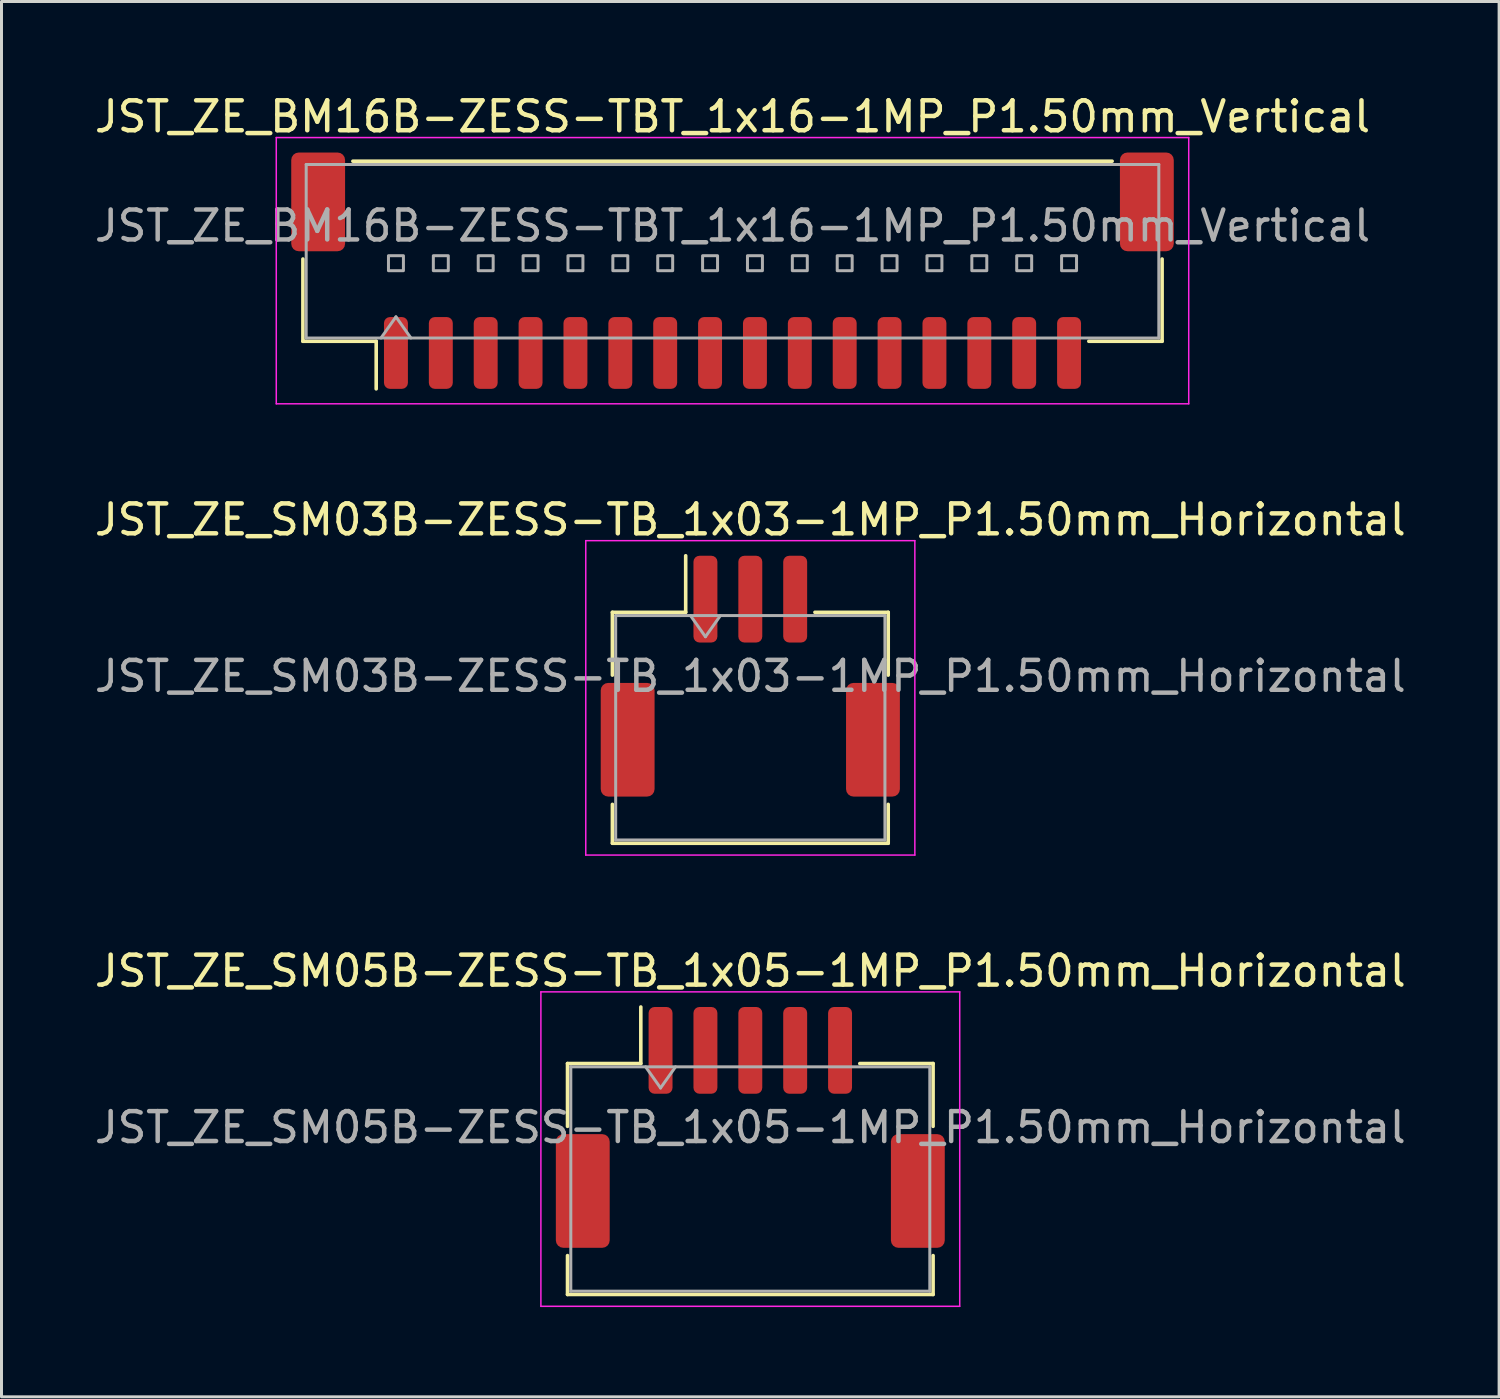
<source format=kicad_pcb>
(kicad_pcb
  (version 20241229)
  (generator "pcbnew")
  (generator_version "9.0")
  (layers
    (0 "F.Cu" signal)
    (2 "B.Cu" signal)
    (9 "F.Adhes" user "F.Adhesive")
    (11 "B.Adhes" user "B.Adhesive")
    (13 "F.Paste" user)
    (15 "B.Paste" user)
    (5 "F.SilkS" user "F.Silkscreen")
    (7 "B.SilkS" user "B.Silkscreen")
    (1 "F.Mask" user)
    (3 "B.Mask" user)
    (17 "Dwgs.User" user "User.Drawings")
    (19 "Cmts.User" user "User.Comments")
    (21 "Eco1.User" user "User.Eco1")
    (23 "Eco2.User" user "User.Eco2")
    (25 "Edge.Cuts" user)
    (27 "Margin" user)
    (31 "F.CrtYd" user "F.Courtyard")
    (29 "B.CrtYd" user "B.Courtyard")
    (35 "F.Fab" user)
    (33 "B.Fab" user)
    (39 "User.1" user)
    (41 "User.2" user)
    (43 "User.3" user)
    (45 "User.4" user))
  (footprint "JST_ZE_SM05B-ZESS-TB_1x05-1MP_P1.50mm_Horizontal"
    (layer "F.Cu")
    (at 22.03 34.635)
    (property "Reference" "JST_ZE_SM05B-ZESS-TB_1x05-1MP_P1.50mm_Horizontal" (at 0 -5.23 0) (layer "F.SilkS") (effects (font (size 1 1) (thickness 0.15))))
    (attr smd)
    (fp_line (start -6.11 -2.135) (end -3.66 -2.135) (stroke (width 0.12) (type solid)) (layer "F.SilkS"))
    (fp_line (start -6.11 -0.035) (end -6.11 -2.135) (stroke (width 0.12) (type solid)) (layer "F.SilkS"))
    (fp_line (start -6.11 4.285) (end -6.11 5.585) (stroke (width 0.12) (type solid)) (layer "F.SilkS"))
    (fp_line (start -6.11 5.585) (end 6.11 5.585) (stroke (width 0.12) (type solid)) (layer "F.SilkS"))
    (fp_line (start -3.66 -2.135) (end -3.66 -4.025) (stroke (width 0.12) (type solid)) (layer "F.SilkS"))
    (fp_line (start 6.11 -2.135) (end 3.66 -2.135) (stroke (width 0.12) (type solid)) (layer "F.SilkS"))
    (fp_line (start 6.11 -0.035) (end 6.11 -2.135) (stroke (width 0.12) (type solid)) (layer "F.SilkS"))
    (fp_line (start 6.11 5.585) (end 6.11 4.285) (stroke (width 0.12) (type solid)) (layer "F.SilkS"))
    (fp_line (start -7 -4.53) (end -7 5.98) (stroke (width 0.05) (type solid)) (layer "F.CrtYd"))
    (fp_line (start -7 5.98) (end 7 5.98) (stroke (width 0.05) (type solid)) (layer "F.CrtYd"))
    (fp_line (start 7 -4.53) (end -7 -4.53) (stroke (width 0.05) (type solid)) (layer "F.CrtYd"))
    (fp_line (start 7 5.98) (end 7 -4.53) (stroke (width 0.05) (type solid)) (layer "F.CrtYd"))
    (fp_line (start -6 -2.025) (end -6 5.475) (stroke (width 0.1) (type solid)) (layer "F.Fab"))
    (fp_line (start -6 -2.025) (end 6 -2.025) (stroke (width 0.1) (type solid)) (layer "F.Fab"))
    (fp_line (start -6 5.475) (end 6 5.475) (stroke (width 0.1) (type solid)) (layer "F.Fab"))
    (fp_line (start -3.5 -2.025) (end -3 -1.318) (stroke (width 0.1) (type solid)) (layer "F.Fab"))
    (fp_line (start -3 -1.318) (end -2.5 -2.025) (stroke (width 0.1) (type solid)) (layer "F.Fab"))
    (fp_line (start 6 -2.025) (end 6 5.475) (stroke (width 0.1) (type solid)) (layer "F.Fab"))
    (fp_text user "${REFERENCE}" (at 0 0 0) (layer "F.Fab") (effects (font (size 1 1) (thickness 0.15))))
    (pad "1" smd roundrect (at -3 -2.575) (size 0.8 2.9) (layers "F.Cu" "F.Mask" "F.Paste") (roundrect_rratio 0.25))
    (pad "2" smd roundrect (at -1.5 -2.575) (size 0.8 2.9) (layers "F.Cu" "F.Mask" "F.Paste") (roundrect_rratio 0.25))
    (pad "3" smd roundrect (at 0 -2.575) (size 0.8 2.9) (layers "F.Cu" "F.Mask" "F.Paste") (roundrect_rratio 0.25))
    (pad "4" smd roundrect (at 1.5 -2.575) (size 0.8 2.9) (layers "F.Cu" "F.Mask" "F.Paste") (roundrect_rratio 0.25))
    (pad "5" smd roundrect (at 3 -2.575) (size 0.8 2.9) (layers "F.Cu" "F.Mask" "F.Paste") (roundrect_rratio 0.25))
    (pad "MP" smd roundrect (at -5.6 2.125) (size 1.8 3.8) (layers "F.Cu" "F.Mask" "F.Paste") (roundrect_rratio 0.139))
    (pad "MP" smd roundrect (at 5.6 2.125) (size 1.8 3.8) (layers "F.Cu" "F.Mask" "F.Paste") (roundrect_rratio 0.139)))
  (footprint "JST_ZE_SM03B-ZESS-TB_1x03-1MP_P1.50mm_Horizontal"
    (layer "F.Cu")
    (at 22.03 19.552)
    (property "Reference" "JST_ZE_SM03B-ZESS-TB_1x03-1MP_P1.50mm_Horizontal" (at 0 -5.23 0) (layer "F.SilkS") (effects (font (size 1 1) (thickness 0.15))))
    (attr smd)
    (fp_line (start -4.61 -2.135) (end -2.16 -2.135) (stroke (width 0.12) (type solid)) (layer "F.SilkS"))
    (fp_line (start -4.61 -0.035) (end -4.61 -2.135) (stroke (width 0.12) (type solid)) (layer "F.SilkS"))
    (fp_line (start -4.61 4.285) (end -4.61 5.585) (stroke (width 0.12) (type solid)) (layer "F.SilkS"))
    (fp_line (start -4.61 5.585) (end 4.61 5.585) (stroke (width 0.12) (type solid)) (layer "F.SilkS"))
    (fp_line (start -2.16 -2.135) (end -2.16 -4.025) (stroke (width 0.12) (type solid)) (layer "F.SilkS"))
    (fp_line (start 4.61 -2.135) (end 2.16 -2.135) (stroke (width 0.12) (type solid)) (layer "F.SilkS"))
    (fp_line (start 4.61 -0.035) (end 4.61 -2.135) (stroke (width 0.12) (type solid)) (layer "F.SilkS"))
    (fp_line (start 4.61 5.585) (end 4.61 4.285) (stroke (width 0.12) (type solid)) (layer "F.SilkS"))
    (fp_line (start -5.5 -4.53) (end -5.5 5.98) (stroke (width 0.05) (type solid)) (layer "F.CrtYd"))
    (fp_line (start -5.5 5.98) (end 5.5 5.98) (stroke (width 0.05) (type solid)) (layer "F.CrtYd"))
    (fp_line (start 5.5 -4.53) (end -5.5 -4.53) (stroke (width 0.05) (type solid)) (layer "F.CrtYd"))
    (fp_line (start 5.5 5.98) (end 5.5 -4.53) (stroke (width 0.05) (type solid)) (layer "F.CrtYd"))
    (fp_line (start -4.5 -2.025) (end -4.5 5.475) (stroke (width 0.1) (type solid)) (layer "F.Fab"))
    (fp_line (start -4.5 -2.025) (end 4.5 -2.025) (stroke (width 0.1) (type solid)) (layer "F.Fab"))
    (fp_line (start -4.5 5.475) (end 4.5 5.475) (stroke (width 0.1) (type solid)) (layer "F.Fab"))
    (fp_line (start -2 -2.025) (end -1.5 -1.318) (stroke (width 0.1) (type solid)) (layer "F.Fab"))
    (fp_line (start -1.5 -1.318) (end -1 -2.025) (stroke (width 0.1) (type solid)) (layer "F.Fab"))
    (fp_line (start 4.5 -2.025) (end 4.5 5.475) (stroke (width 0.1) (type solid)) (layer "F.Fab"))
    (fp_text user "${REFERENCE}" (at 0 0 0) (layer "F.Fab") (effects (font (size 1 1) (thickness 0.15))))
    (pad "1" smd roundrect (at -1.5 -2.575) (size 0.8 2.9) (layers "F.Cu" "F.Mask" "F.Paste") (roundrect_rratio 0.25))
    (pad "2" smd roundrect (at 0 -2.575) (size 0.8 2.9) (layers "F.Cu" "F.Mask" "F.Paste") (roundrect_rratio 0.25))
    (pad "3" smd roundrect (at 1.5 -2.575) (size 0.8 2.9) (layers "F.Cu" "F.Mask" "F.Paste") (roundrect_rratio 0.25))
    (pad "MP" smd roundrect (at -4.1 2.125) (size 1.8 3.8) (layers "F.Cu" "F.Mask" "F.Paste") (roundrect_rratio 0.139))
    (pad "MP" smd roundrect (at 4.1 2.125) (size 1.8 3.8) (layers "F.Cu" "F.Mask" "F.Paste") (roundrect_rratio 0.139)))
  (footprint "JST_ZE_BM16B-ZESS-TBT_1x16-1MP_P1.50mm_Vertical"
    (layer "F.Cu")
    (at 21.435 5.998)
    (property "Reference" "JST_ZE_BM16B-ZESS-TBT_1x16-1MP_P1.50mm_Vertical" (at 0 -5.15 0) (layer "F.SilkS") (effects (font (size 1 1) (thickness 0.15))))
    (attr smd)
    (fp_line (start -14.36 -0.39) (end -14.36 2.36) (stroke (width 0.12) (type solid)) (layer "F.SilkS"))
    (fp_line (start -14.36 2.36) (end -11.91 2.36) (stroke (width 0.12) (type solid)) (layer "F.SilkS"))
    (fp_line (start -12.69 -3.66) (end 12.69 -3.66) (stroke (width 0.12) (type solid)) (layer "F.SilkS"))
    (fp_line (start -11.91 2.36) (end -11.91 3.95) (stroke (width 0.12) (type solid)) (layer "F.SilkS"))
    (fp_line (start 14.36 -0.39) (end 14.36 2.36) (stroke (width 0.12) (type solid)) (layer "F.SilkS"))
    (fp_line (start 14.36 2.36) (end 11.91 2.36) (stroke (width 0.12) (type solid)) (layer "F.SilkS"))
    (fp_line (start -15.25 -4.45) (end -15.25 4.45) (stroke (width 0.05) (type solid)) (layer "F.CrtYd"))
    (fp_line (start -15.25 4.45) (end 15.25 4.45) (stroke (width 0.05) (type solid)) (layer "F.CrtYd"))
    (fp_line (start 15.25 -4.45) (end -15.25 -4.45) (stroke (width 0.05) (type solid)) (layer "F.CrtYd"))
    (fp_line (start 15.25 4.45) (end 15.25 -4.45) (stroke (width 0.05) (type solid)) (layer "F.CrtYd"))
    (fp_line (start -14.25 -3.55) (end 14.25 -3.55) (stroke (width 0.1) (type solid)) (layer "F.Fab"))
    (fp_line (start -14.25 2.25) (end -14.25 -3.55) (stroke (width 0.1) (type solid)) (layer "F.Fab"))
    (fp_line (start -14.25 2.25) (end 14.25 2.25) (stroke (width 0.1) (type solid)) (layer "F.Fab"))
    (fp_line (start -11.75 2.25) (end -11.25 1.543) (stroke (width 0.1) (type solid)) (layer "F.Fab"))
    (fp_line (start -11.25 1.543) (end -10.75 2.25) (stroke (width 0.1) (type solid)) (layer "F.Fab"))
    (fp_line (start 14.25 2.25) (end 14.25 -3.55) (stroke (width 0.1) (type solid)) (layer "F.Fab"))
    (fp_rect (start -11.5 -0.5) (end -11 0) (stroke (width 0.1) (type solid)) (fill no) (layer "F.Fab"))
    (fp_rect (start -10 -0.5) (end -9.5 0) (stroke (width 0.1) (type solid)) (fill no) (layer "F.Fab"))
    (fp_rect (start -8.5 -0.5) (end -8 0) (stroke (width 0.1) (type solid)) (fill no) (layer "F.Fab"))
    (fp_rect (start -7 -0.5) (end -6.5 0) (stroke (width 0.1) (type solid)) (fill no) (layer "F.Fab"))
    (fp_rect (start -5.5 -0.5) (end -5 0) (stroke (width 0.1) (type solid)) (fill no) (layer "F.Fab"))
    (fp_rect (start -4 -0.5) (end -3.5 0) (stroke (width 0.1) (type solid)) (fill no) (layer "F.Fab"))
    (fp_rect (start -2.5 -0.5) (end -2 0) (stroke (width 0.1) (type solid)) (fill no) (layer "F.Fab"))
    (fp_rect (start -1 -0.5) (end -0.5 0) (stroke (width 0.1) (type solid)) (fill no) (layer "F.Fab"))
    (fp_rect (start 0.5 -0.5) (end 1 0) (stroke (width 0.1) (type solid)) (fill no) (layer "F.Fab"))
    (fp_rect (start 2 -0.5) (end 2.5 0) (stroke (width 0.1) (type solid)) (fill no) (layer "F.Fab"))
    (fp_rect (start 3.5 -0.5) (end 4 0) (stroke (width 0.1) (type solid)) (fill no) (layer "F.Fab"))
    (fp_rect (start 5 -0.5) (end 5.5 0) (stroke (width 0.1) (type solid)) (fill no) (layer "F.Fab"))
    (fp_rect (start 6.5 -0.5) (end 7 0) (stroke (width 0.1) (type solid)) (fill no) (layer "F.Fab"))
    (fp_rect (start 8 -0.5) (end 8.5 0) (stroke (width 0.1) (type solid)) (fill no) (layer "F.Fab"))
    (fp_rect (start 9.5 -0.5) (end 10 0) (stroke (width 0.1) (type solid)) (fill no) (layer "F.Fab"))
    (fp_rect (start 11 -0.5) (end 11.5 0) (stroke (width 0.1) (type solid)) (fill no) (layer "F.Fab"))
    (fp_text user "${REFERENCE}" (at 0 -1.5 0) (layer "F.Fab") (effects (font (size 1 1) (thickness 0.15))))
    (pad "1" smd roundrect (at -11.25 2.75) (size 0.8 2.4) (layers "F.Cu" "F.Mask" "F.Paste") (roundrect_rratio 0.25))
    (pad "2" smd roundrect (at -9.75 2.75) (size 0.8 2.4) (layers "F.Cu" "F.Mask" "F.Paste") (roundrect_rratio 0.25))
    (pad "3" smd roundrect (at -8.25 2.75) (size 0.8 2.4) (layers "F.Cu" "F.Mask" "F.Paste") (roundrect_rratio 0.25))
    (pad "4" smd roundrect (at -6.75 2.75) (size 0.8 2.4) (layers "F.Cu" "F.Mask" "F.Paste") (roundrect_rratio 0.25))
    (pad "5" smd roundrect (at -5.25 2.75) (size 0.8 2.4) (layers "F.Cu" "F.Mask" "F.Paste") (roundrect_rratio 0.25))
    (pad "6" smd roundrect (at -3.75 2.75) (size 0.8 2.4) (layers "F.Cu" "F.Mask" "F.Paste") (roundrect_rratio 0.25))
    (pad "7" smd roundrect (at -2.25 2.75) (size 0.8 2.4) (layers "F.Cu" "F.Mask" "F.Paste") (roundrect_rratio 0.25))
    (pad "8" smd roundrect (at -0.75 2.75) (size 0.8 2.4) (layers "F.Cu" "F.Mask" "F.Paste") (roundrect_rratio 0.25))
    (pad "9" smd roundrect (at 0.75 2.75) (size 0.8 2.4) (layers "F.Cu" "F.Mask" "F.Paste") (roundrect_rratio 0.25))
    (pad "10" smd roundrect (at 2.25 2.75) (size 0.8 2.4) (layers "F.Cu" "F.Mask" "F.Paste") (roundrect_rratio 0.25))
    (pad "11" smd roundrect (at 3.75 2.75) (size 0.8 2.4) (layers "F.Cu" "F.Mask" "F.Paste") (roundrect_rratio 0.25))
    (pad "12" smd roundrect (at 5.25 2.75) (size 0.8 2.4) (layers "F.Cu" "F.Mask" "F.Paste") (roundrect_rratio 0.25))
    (pad "13" smd roundrect (at 6.75 2.75) (size 0.8 2.4) (layers "F.Cu" "F.Mask" "F.Paste") (roundrect_rratio 0.25))
    (pad "14" smd roundrect (at 8.25 2.75) (size 0.8 2.4) (layers "F.Cu" "F.Mask" "F.Paste") (roundrect_rratio 0.25))
    (pad "15" smd roundrect (at 9.75 2.75) (size 0.8 2.4) (layers "F.Cu" "F.Mask" "F.Paste") (roundrect_rratio 0.25))
    (pad "16" smd roundrect (at 11.25 2.75) (size 0.8 2.4) (layers "F.Cu" "F.Mask" "F.Paste") (roundrect_rratio 0.25))
    (pad "MP" smd roundrect (at -13.85 -2.3) (size 1.8 3.3) (layers "F.Cu" "F.Mask" "F.Paste") (roundrect_rratio 0.139))
    (pad "MP" smd roundrect (at 13.85 -2.3) (size 1.8 3.3) (layers "F.Cu" "F.Mask" "F.Paste") (roundrect_rratio 0.139)))
  (gr_rect
    (start -3 -3)
    (end 47.06 43.64)
    (stroke (width 0.1) (type default))
    (fill no)
    (layer "Edge.Cuts")))
</source>
